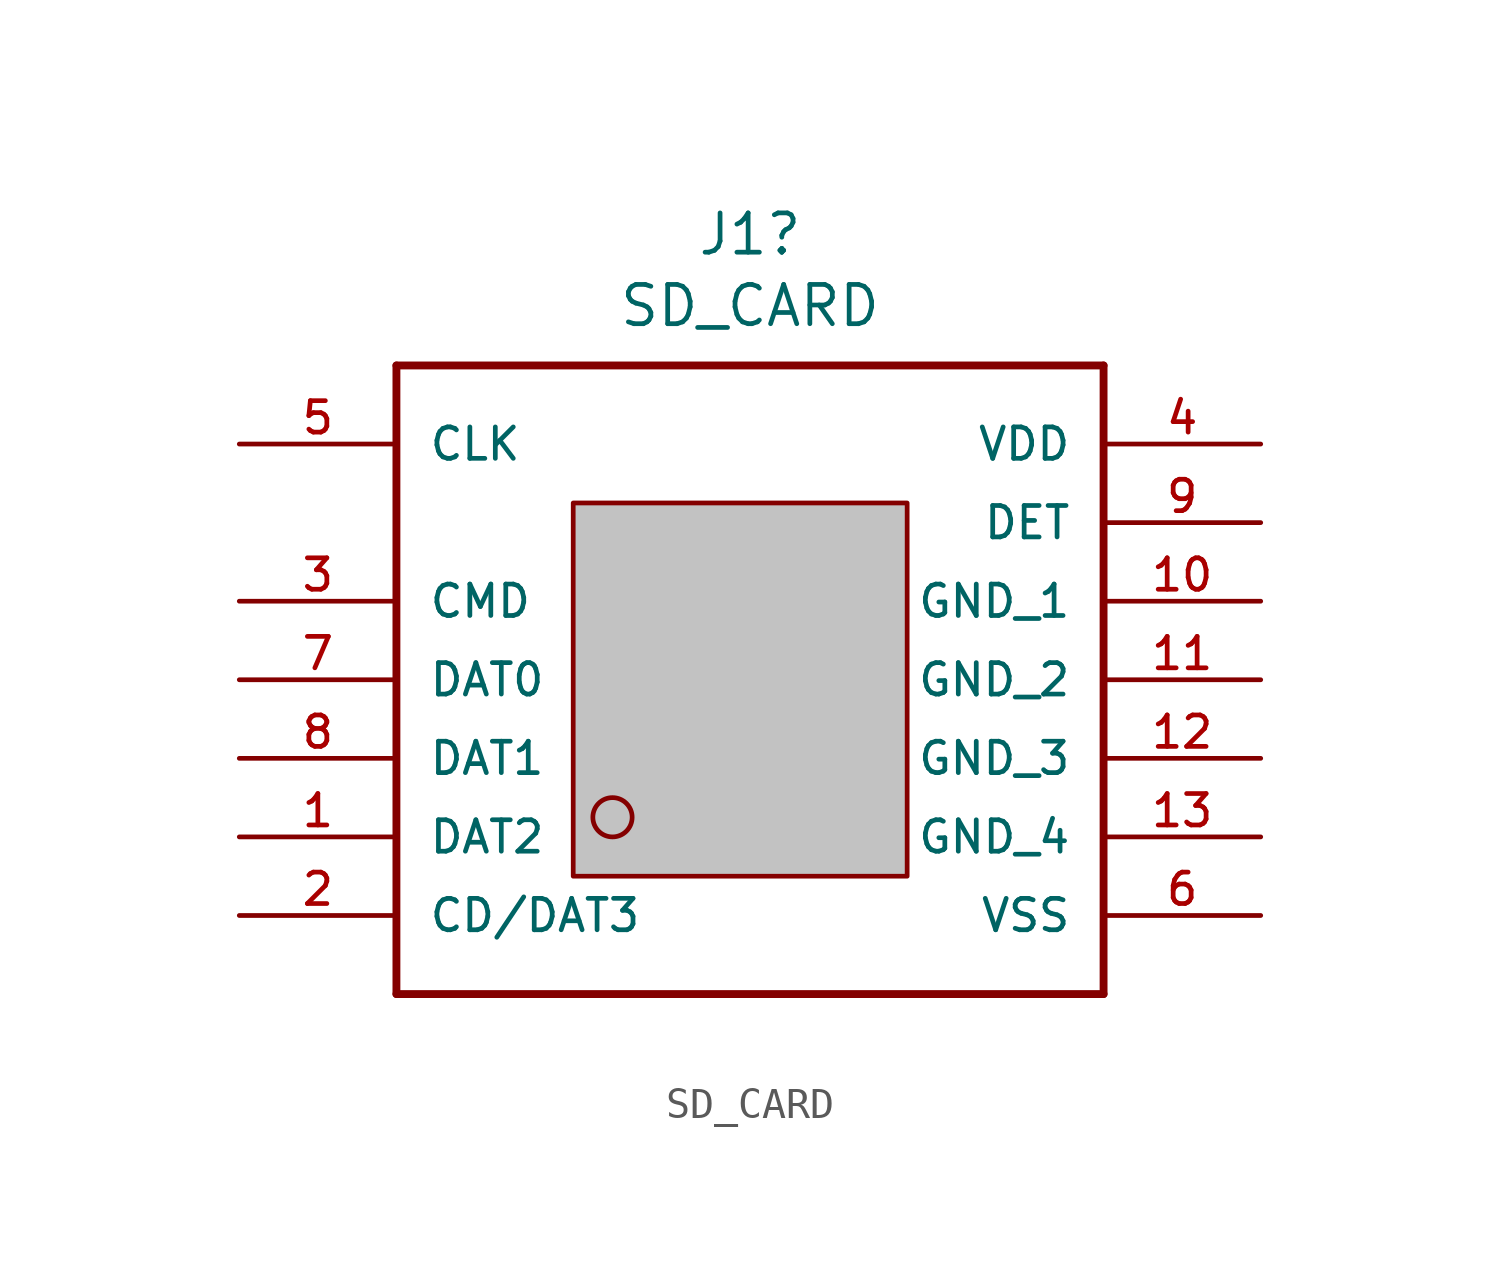
<source format=kicad_sym>
(kicad_symbol_lib
  (version 20220914)
  (generator kicad_symbol_editor)
  (symbol "SD_CARD"
    (pin_names
      (offset 1.016))
    (property "Reference" "J1"
      (at 16.51 6.782 0)
      (effects (font (size 1.27 1.27))))
    (property "Value" "SD_CARD"
      (at 16.51 4.47 0)
      (effects (font (size 1.27 1.27))))
    (property "ki_locked" ""
      (at 0 0 0)
      (effects (font (size 1.27 1.27))))
    (symbol "SD_CARD_0_0"
      (polyline (pts (xy 5.08 2.54) (xy 5.08 -17.78)) (stroke (width 0.254) (type solid)) (fill (type none)))
      (polyline (pts (xy 5.08 2.54) (xy 27.94 2.54)) (stroke (width 0.254) (type solid)) (fill (type none)))
      (polyline (pts (xy 27.94 -17.78) (xy 5.08 -17.78)) (stroke (width 0.254) (type solid)) (fill (type none)))
      (polyline (pts (xy 27.94 -17.78) (xy 27.94 2.54)) (stroke (width 0.254) (type solid)) (fill (type none)))
      (text_box "" (at 10.795 -1.905 0) (size 10.795 -12.065) (stroke (width 0) (type default)) (fill (type color) (color 194 194 194 1)) (effects (font (size 1.27 1.27)) (justify left top)))
      (pin bidirectional line (at 0 -12.7 0) (length 5.08) (name "DAT2" (effects (font (size 1.016 1.016)))) (number "1" (effects (font (size 1.016 1.016)))))
      (pin bidirectional line (at 33.02 -5.08 180) (length 5.08) (name "GND_1" (effects (font (size 1.016 1.016)))) (number "10" (effects (font (size 1.016 1.016)))))
      (pin bidirectional line (at 33.02 -7.62 180) (length 5.08) (name "GND_2" (effects (font (size 1.016 1.016)))) (number "11" (effects (font (size 1.016 1.016)))))
      (pin bidirectional line (at 33.02 -10.16 180) (length 5.08) (name "GND_3" (effects (font (size 1.016 1.016)))) (number "12" (effects (font (size 1.016 1.016)))))
      (pin bidirectional line (at 33.02 -12.7 180) (length 5.08) (name "GND_4" (effects (font (size 1.016 1.016)))) (number "13" (effects (font (size 1.016 1.016)))))
      (pin bidirectional line (at 0 -15.24 0) (length 5.08) (name "CD/DAT3" (effects (font (size 1.016 1.016)))) (number "2" (effects (font (size 1.016 1.016)))))
      (pin bidirectional line (at 0 -5.08 0) (length 5.08) (name "CMD" (effects (font (size 1.016 1.016)))) (number "3" (effects (font (size 1.016 1.016)))))
      (pin bidirectional line (at 0 0 0) (length 5.08) (name "CLK" (effects (font (size 1.016 1.016)))) (number "5" (effects (font (size 1.016 1.016)))))
      (pin bidirectional line (at 33.02 -15.24 180) (length 5.08) (name "VSS" (effects (font (size 1.016 1.016)))) (number "6" (effects (font (size 1.016 1.016)))))
      (pin bidirectional line (at 0 -7.62 0) (length 5.08) (name "DAT0" (effects (font (size 1.016 1.016)))) (number "7" (effects (font (size 1.016 1.016)))))
      (pin bidirectional line (at 0 -10.16 0) (length 5.08) (name "DAT1" (effects (font (size 1.016 1.016)))) (number "8" (effects (font (size 1.016 1.016)))))
      (pin bidirectional line (at 33.02 -2.54 180) (length 5.08) (name "DET" (effects (font (size 1.016 1.016)))) (number "9" (effects (font (size 1.016 1.016))))))
    (symbol "SD_CARD_0_1"
      (pin output line (at 33.02 0 180) (length 5.08) (name "VDD" (effects (font (size 1.016 1.016)))) (number "4" (effects (font (size 1.016 1.016))))))
    (symbol "SD_CARD_1_1"
      (circle (center 12.065 -12.065) (radius 0.635) (stroke (width 0) (type default)) (fill (type color) (color 194 194 194 1))))))
</source>
